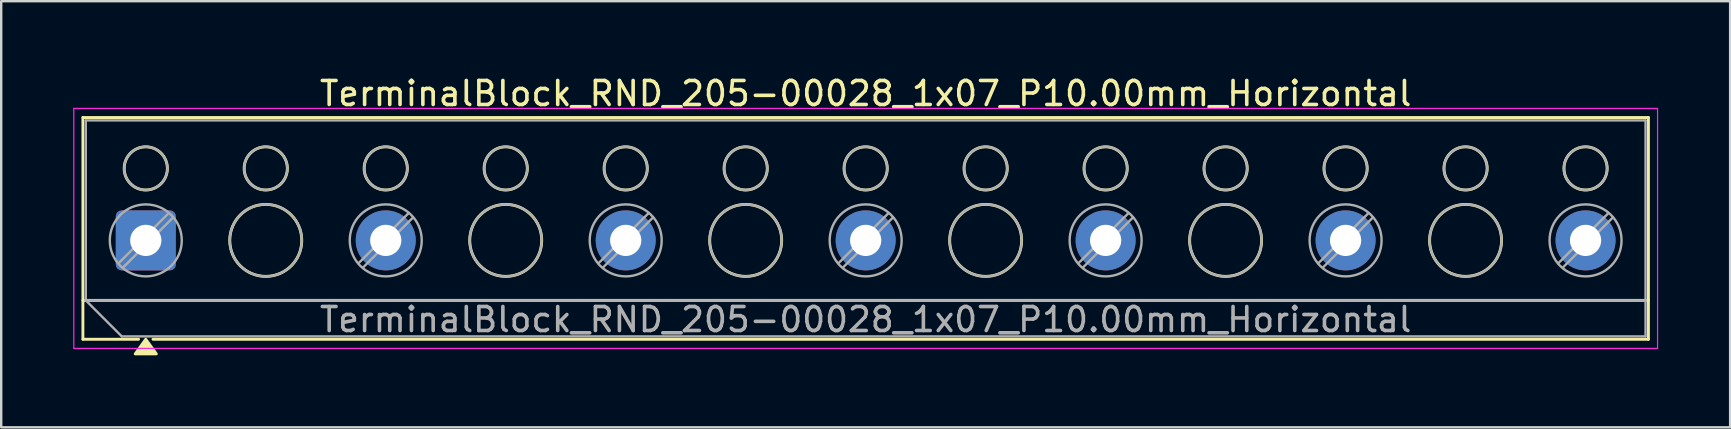
<source format=kicad_pcb>
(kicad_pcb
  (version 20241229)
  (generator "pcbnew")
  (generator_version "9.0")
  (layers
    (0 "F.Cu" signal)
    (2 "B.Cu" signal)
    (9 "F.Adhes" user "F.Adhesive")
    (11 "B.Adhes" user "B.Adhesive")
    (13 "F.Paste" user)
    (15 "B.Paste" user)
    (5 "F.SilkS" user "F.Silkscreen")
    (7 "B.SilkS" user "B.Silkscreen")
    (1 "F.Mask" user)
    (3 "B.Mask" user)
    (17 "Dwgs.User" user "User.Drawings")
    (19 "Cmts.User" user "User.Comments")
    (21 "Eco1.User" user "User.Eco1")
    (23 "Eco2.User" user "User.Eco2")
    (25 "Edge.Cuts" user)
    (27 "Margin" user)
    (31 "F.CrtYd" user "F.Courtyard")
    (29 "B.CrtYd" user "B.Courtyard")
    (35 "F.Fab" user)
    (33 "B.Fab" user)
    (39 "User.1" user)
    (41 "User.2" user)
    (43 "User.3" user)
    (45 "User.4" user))
  (footprint "TerminalBlock_RND_205-00028_1x07_P10.00mm_Horizontal"
    (layer "F.Cu")
    (at 3.025 6.968)
    (property "Reference" "TerminalBlock_RND_205-00028_1x07_P10.00mm_Horizontal" (at 30 -6.12 0) (layer "F.SilkS") (effects (font (size 1 1) (thickness 0.15))))
    (attr through_hole)
    (fp_line (start -2.62 -5.12) (end -2.62 4.12) (stroke (width 0.12) (type solid)) (layer "F.SilkS"))
    (fp_line (start -2.62 -5.12) (end 62.62 -5.12) (stroke (width 0.12) (type solid)) (layer "F.SilkS"))
    (fp_line (start -2.62 2.5) (end 62.62 2.5) (stroke (width 0.12) (type solid)) (layer "F.SilkS"))
    (fp_line (start -2.62 4.12) (end -0.3 4.12) (stroke (width 0.12) (type solid)) (layer "F.SilkS"))
    (fp_line (start 0.3 4.12) (end 62.62 4.12) (stroke (width 0.12) (type solid)) (layer "F.SilkS"))
    (fp_line (start 62.62 -5.12) (end 62.62 4.12) (stroke (width 0.12) (type solid)) (layer "F.SilkS"))
    (fp_circle (center 0 -3) (end 0.9 -3) (stroke (width 0.12) (type solid)) (fill no) (layer "F.SilkS"))
    (fp_circle (center 5 -3) (end 5.9 -3) (stroke (width 0.12) (type solid)) (fill no) (layer "F.SilkS"))
    (fp_circle (center 5 0) (end 6.5 0) (stroke (width 0.12) (type solid)) (fill no) (layer "F.SilkS"))
    (fp_circle (center 10 -3) (end 10.9 -3) (stroke (width 0.12) (type solid)) (fill no) (layer "F.SilkS"))
    (fp_circle (center 15 -3) (end 15.9 -3) (stroke (width 0.12) (type solid)) (fill no) (layer "F.SilkS"))
    (fp_circle (center 15 0) (end 16.5 0) (stroke (width 0.12) (type solid)) (fill no) (layer "F.SilkS"))
    (fp_circle (center 20 -3) (end 20.9 -3) (stroke (width 0.12) (type solid)) (fill no) (layer "F.SilkS"))
    (fp_circle (center 25 -3) (end 25.9 -3) (stroke (width 0.12) (type solid)) (fill no) (layer "F.SilkS"))
    (fp_circle (center 25 0) (end 26.5 0) (stroke (width 0.12) (type solid)) (fill no) (layer "F.SilkS"))
    (fp_circle (center 30 -3) (end 30.9 -3) (stroke (width 0.12) (type solid)) (fill no) (layer "F.SilkS"))
    (fp_circle (center 35 -3) (end 35.9 -3) (stroke (width 0.12) (type solid)) (fill no) (layer "F.SilkS"))
    (fp_circle (center 35 0) (end 36.5 0) (stroke (width 0.12) (type solid)) (fill no) (layer "F.SilkS"))
    (fp_circle (center 40 -3) (end 40.9 -3) (stroke (width 0.12) (type solid)) (fill no) (layer "F.SilkS"))
    (fp_circle (center 45 -3) (end 45.9 -3) (stroke (width 0.12) (type solid)) (fill no) (layer "F.SilkS"))
    (fp_circle (center 45 0) (end 46.5 0) (stroke (width 0.12) (type solid)) (fill no) (layer "F.SilkS"))
    (fp_circle (center 50 -3) (end 50.9 -3) (stroke (width 0.12) (type solid)) (fill no) (layer "F.SilkS"))
    (fp_circle (center 55 -3) (end 55.9 -3) (stroke (width 0.12) (type solid)) (fill no) (layer "F.SilkS"))
    (fp_circle (center 55 0) (end 56.5 0) (stroke (width 0.12) (type solid)) (fill no) (layer "F.SilkS"))
    (fp_circle (center 60 -3) (end 60.9 -3) (stroke (width 0.12) (type solid)) (fill no) (layer "F.SilkS"))
    (fp_poly (pts (xy 0 4.12) (xy 0.44 4.73) (xy -0.44 4.73)) (stroke (width 0.12) (type solid)) (fill yes) (layer "F.SilkS"))
    (fp_line (start -3 -5.5) (end -3 4.5) (stroke (width 0.05) (type solid)) (layer "F.CrtYd"))
    (fp_line (start -3 4.5) (end 63 4.5) (stroke (width 0.05) (type solid)) (layer "F.CrtYd"))
    (fp_line (start 63 -5.5) (end -3 -5.5) (stroke (width 0.05) (type solid)) (layer "F.CrtYd"))
    (fp_line (start 63 4.5) (end 63 -5.5) (stroke (width 0.05) (type solid)) (layer "F.CrtYd"))
    (fp_line (start -2.5 -5) (end 62.5 -5) (stroke (width 0.1) (type solid)) (layer "F.Fab"))
    (fp_line (start -2.5 2.5) (end -2.5 -5) (stroke (width 0.1) (type solid)) (layer "F.Fab"))
    (fp_line (start -2.5 2.5) (end 62.5 2.5) (stroke (width 0.1) (type solid)) (layer "F.Fab"))
    (fp_line (start -1 4) (end -2.5 2.5) (stroke (width 0.1) (type solid)) (layer "F.Fab"))
    (fp_line (start 0.955 -1.138) (end -1.138 0.955) (stroke (width 0.1) (type solid)) (layer "F.Fab"))
    (fp_line (start 1.138 -0.955) (end -0.955 1.138) (stroke (width 0.1) (type solid)) (layer "F.Fab"))
    (fp_line (start 10.955 -1.138) (end 8.862 0.955) (stroke (width 0.1) (type solid)) (layer "F.Fab"))
    (fp_line (start 11.138 -0.955) (end 9.045 1.138) (stroke (width 0.1) (type solid)) (layer "F.Fab"))
    (fp_line (start 20.955 -1.138) (end 18.862 0.955) (stroke (width 0.1) (type solid)) (layer "F.Fab"))
    (fp_line (start 21.138 -0.955) (end 19.045 1.138) (stroke (width 0.1) (type solid)) (layer "F.Fab"))
    (fp_line (start 30.955 -1.138) (end 28.862 0.955) (stroke (width 0.1) (type solid)) (layer "F.Fab"))
    (fp_line (start 31.138 -0.955) (end 29.045 1.138) (stroke (width 0.1) (type solid)) (layer "F.Fab"))
    (fp_line (start 40.955 -1.138) (end 38.862 0.955) (stroke (width 0.1) (type solid)) (layer "F.Fab"))
    (fp_line (start 41.138 -0.955) (end 39.045 1.138) (stroke (width 0.1) (type solid)) (layer "F.Fab"))
    (fp_line (start 50.955 -1.138) (end 48.862 0.955) (stroke (width 0.1) (type solid)) (layer "F.Fab"))
    (fp_line (start 51.138 -0.955) (end 49.045 1.138) (stroke (width 0.1) (type solid)) (layer "F.Fab"))
    (fp_line (start 60.955 -1.138) (end 58.862 0.955) (stroke (width 0.1) (type solid)) (layer "F.Fab"))
    (fp_line (start 61.138 -0.955) (end 59.045 1.138) (stroke (width 0.1) (type solid)) (layer "F.Fab"))
    (fp_line (start 62.5 -5) (end 62.5 4) (stroke (width 0.1) (type solid)) (layer "F.Fab"))
    (fp_line (start 62.5 4) (end -1 4) (stroke (width 0.1) (type solid)) (layer "F.Fab"))
    (fp_circle (center 0 -3) (end 0.9 -3) (stroke (width 0.1) (type solid)) (fill no) (layer "F.Fab"))
    (fp_circle (center 0 0) (end 1.5 0) (stroke (width 0.1) (type solid)) (fill no) (layer "F.Fab"))
    (fp_circle (center 5 -3) (end 5.9 -3) (stroke (width 0.1) (type solid)) (fill no) (layer "F.Fab"))
    (fp_circle (center 5 0) (end 6.5 0) (stroke (width 0.1) (type solid)) (fill no) (layer "F.Fab"))
    (fp_circle (center 10 -3) (end 10.9 -3) (stroke (width 0.1) (type solid)) (fill no) (layer "F.Fab"))
    (fp_circle (center 10 0) (end 11.5 0) (stroke (width 0.1) (type solid)) (fill no) (layer "F.Fab"))
    (fp_circle (center 15 -3) (end 15.9 -3) (stroke (width 0.1) (type solid)) (fill no) (layer "F.Fab"))
    (fp_circle (center 15 0) (end 16.5 0) (stroke (width 0.1) (type solid)) (fill no) (layer "F.Fab"))
    (fp_circle (center 20 -3) (end 20.9 -3) (stroke (width 0.1) (type solid)) (fill no) (layer "F.Fab"))
    (fp_circle (center 20 0) (end 21.5 0) (stroke (width 0.1) (type solid)) (fill no) (layer "F.Fab"))
    (fp_circle (center 25 -3) (end 25.9 -3) (stroke (width 0.1) (type solid)) (fill no) (layer "F.Fab"))
    (fp_circle (center 25 0) (end 26.5 0) (stroke (width 0.1) (type solid)) (fill no) (layer "F.Fab"))
    (fp_circle (center 30 -3) (end 30.9 -3) (stroke (width 0.1) (type solid)) (fill no) (layer "F.Fab"))
    (fp_circle (center 30 0) (end 31.5 0) (stroke (width 0.1) (type solid)) (fill no) (layer "F.Fab"))
    (fp_circle (center 35 -3) (end 35.9 -3) (stroke (width 0.1) (type solid)) (fill no) (layer "F.Fab"))
    (fp_circle (center 35 0) (end 36.5 0) (stroke (width 0.1) (type solid)) (fill no) (layer "F.Fab"))
    (fp_circle (center 40 -3) (end 40.9 -3) (stroke (width 0.1) (type solid)) (fill no) (layer "F.Fab"))
    (fp_circle (center 40 0) (end 41.5 0) (stroke (width 0.1) (type solid)) (fill no) (layer "F.Fab"))
    (fp_circle (center 45 -3) (end 45.9 -3) (stroke (width 0.1) (type solid)) (fill no) (layer "F.Fab"))
    (fp_circle (center 45 0) (end 46.5 0) (stroke (width 0.1) (type solid)) (fill no) (layer "F.Fab"))
    (fp_circle (center 50 -3) (end 50.9 -3) (stroke (width 0.1) (type solid)) (fill no) (layer "F.Fab"))
    (fp_circle (center 50 0) (end 51.5 0) (stroke (width 0.1) (type solid)) (fill no) (layer "F.Fab"))
    (fp_circle (center 55 -3) (end 55.9 -3) (stroke (width 0.1) (type solid)) (fill no) (layer "F.Fab"))
    (fp_circle (center 55 0) (end 56.5 0) (stroke (width 0.1) (type solid)) (fill no) (layer "F.Fab"))
    (fp_circle (center 60 -3) (end 60.9 -3) (stroke (width 0.1) (type solid)) (fill no) (layer "F.Fab"))
    (fp_circle (center 60 0) (end 61.5 0) (stroke (width 0.1) (type solid)) (fill no) (layer "F.Fab"))
    (fp_text user "${REFERENCE}" (at 30 3.3 0) (layer "F.Fab") (effects (font (size 1 1) (thickness 0.15))))
    (pad "1" thru_hole roundrect (at 0 0) (size 2.5 2.5) (drill 1.3) (layers "*.Cu" "*.Mask") (roundrect_rratio 0.1))
    (pad "2" thru_hole circle (at 10 0) (size 2.5 2.5) (drill 1.3) (layers "*.Cu" "*.Mask"))
    (pad "3" thru_hole circle (at 20 0) (size 2.5 2.5) (drill 1.3) (layers "*.Cu" "*.Mask"))
    (pad "4" thru_hole circle (at 30 0) (size 2.5 2.5) (drill 1.3) (layers "*.Cu" "*.Mask"))
    (pad "5" thru_hole circle (at 40 0) (size 2.5 2.5) (drill 1.3) (layers "*.Cu" "*.Mask"))
    (pad "6" thru_hole circle (at 50 0) (size 2.5 2.5) (drill 1.3) (layers "*.Cu" "*.Mask"))
    (pad "7" thru_hole circle (at 60 0) (size 2.5 2.5) (drill 1.3) (layers "*.Cu" "*.Mask")))
  (gr_rect
    (start -3 -3)
    (end 69.05 14.758)
    (stroke (width 0.1) (type default))
    (fill no)
    (layer "Edge.Cuts")))
</source>
